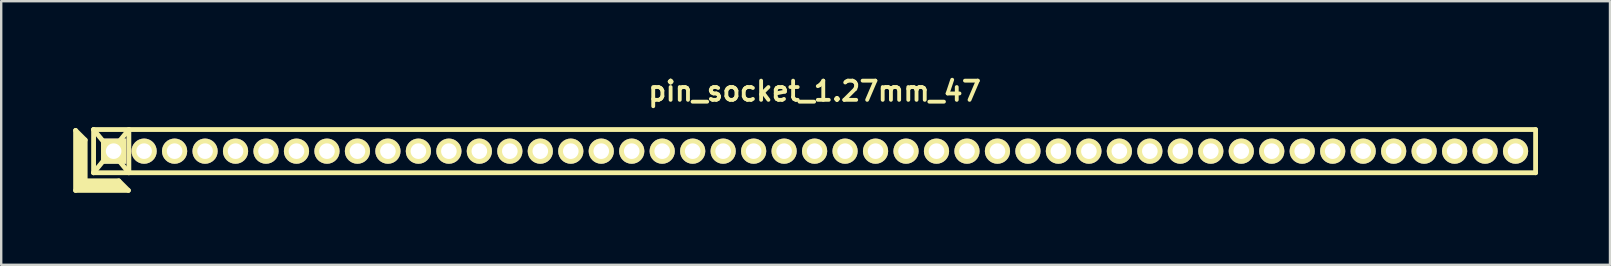
<source format=kicad_pcb>
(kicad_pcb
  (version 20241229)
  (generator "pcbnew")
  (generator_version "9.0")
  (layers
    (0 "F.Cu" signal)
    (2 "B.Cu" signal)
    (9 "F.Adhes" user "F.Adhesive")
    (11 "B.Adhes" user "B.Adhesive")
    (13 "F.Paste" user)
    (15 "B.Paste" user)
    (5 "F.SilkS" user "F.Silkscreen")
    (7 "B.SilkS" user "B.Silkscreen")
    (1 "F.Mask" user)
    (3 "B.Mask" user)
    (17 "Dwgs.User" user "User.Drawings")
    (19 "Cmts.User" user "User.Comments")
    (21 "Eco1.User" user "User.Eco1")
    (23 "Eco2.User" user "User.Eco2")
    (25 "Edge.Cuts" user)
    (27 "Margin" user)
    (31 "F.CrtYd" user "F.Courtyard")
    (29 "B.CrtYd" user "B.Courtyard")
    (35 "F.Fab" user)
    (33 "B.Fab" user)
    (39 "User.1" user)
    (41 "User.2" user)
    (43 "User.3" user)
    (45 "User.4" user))
  (footprint "pin_socket_1.27mm_47"
    (layer "F.Cu")
    (at 30.895 3.249)
    (property "Reference" "pin_socket_1.27mm_47" (at 0 -2.5 0) (layer "F.SilkS") (effects (font (size 0.8 0.8) (thickness 0.16))))
    (attr through_hole)
    (fp_line (start -30.795 -0.864) (end -30.795 1.636) (stroke (width 0.2) (type solid)) (layer "F.SilkS"))
    (fp_line (start -30.795 -0.864) (end -30.395 -0.464) (stroke (width 0.2) (type solid)) (layer "F.SilkS"))
    (fp_line (start -30.795 1.636) (end -28.595 1.636) (stroke (width 0.2) (type solid)) (layer "F.SilkS"))
    (fp_line (start -30.695 1.536) (end -30.695 -0.664) (stroke (width 0.2) (type solid)) (layer "F.SilkS"))
    (fp_line (start -30.695 1.536) (end -28.795 1.536) (stroke (width 0.2) (type solid)) (layer "F.SilkS"))
    (fp_line (start -30.595 1.436) (end -30.595 -0.564) (stroke (width 0.2) (type solid)) (layer "F.SilkS"))
    (fp_line (start -30.595 1.436) (end -28.895 1.436) (stroke (width 0.2) (type solid)) (layer "F.SilkS"))
    (fp_line (start -30.495 1.336) (end -30.495 -0.464) (stroke (width 0.2) (type solid)) (layer "F.SilkS"))
    (fp_line (start -30.495 1.336) (end -28.995 1.336) (stroke (width 0.2) (type solid)) (layer "F.SilkS"))
    (fp_line (start -30.395 1.236) (end -30.395 -0.464) (stroke (width 0.2) (type solid)) (layer "F.SilkS"))
    (fp_line (start -30.395 1.236) (end -28.995 1.236) (stroke (width 0.2) (type solid)) (layer "F.SilkS"))
    (fp_line (start -30.045 -0.9) (end -28.575 0.9) (stroke (width 0.2) (type solid)) (layer "F.SilkS"))
    (fp_line (start -30.045 -0.9) (end 30.045 -0.9) (stroke (width 0.2) (type solid)) (layer "F.SilkS"))
    (fp_line (start -30.045 0.9) (end -30.045 -0.9) (stroke (width 0.2) (type solid)) (layer "F.SilkS"))
    (fp_line (start -30.045 0.9) (end -28.575 -0.9) (stroke (width 0.2) (type solid)) (layer "F.SilkS"))
    (fp_line (start -28.995 1.236) (end -28.595 1.636) (stroke (width 0.2) (type solid)) (layer "F.SilkS"))
    (fp_line (start -28.575 -0.9) (end -28.575 0.9) (stroke (width 0.2) (type solid)) (layer "F.SilkS"))
    (fp_line (start 30.045 -0.9) (end 30.045 0.9) (stroke (width 0.2) (type solid)) (layer "F.SilkS"))
    (fp_line (start 30.045 0.9) (end -30.045 0.9) (stroke (width 0.2) (type solid)) (layer "F.SilkS"))
    (pad "1" thru_hole rect (at -29.21 0) (size 1.05 1.05) (drill 0.65) (layers "*.Cu" "*.Mask" "F.SilkS"))
    (pad "2" thru_hole oval (at -27.94 0) (size 1.05 1.05) (drill 0.65) (layers "*.Cu" "*.Mask" "F.SilkS"))
    (pad "3" thru_hole oval (at -26.67 0) (size 1.05 1.05) (drill 0.65) (layers "*.Cu" "*.Mask" "F.SilkS"))
    (pad "4" thru_hole oval (at -25.4 0) (size 1.05 1.05) (drill 0.65) (layers "*.Cu" "*.Mask" "F.SilkS"))
    (pad "5" thru_hole oval (at -24.13 0) (size 1.05 1.05) (drill 0.65) (layers "*.Cu" "*.Mask" "F.SilkS"))
    (pad "6" thru_hole oval (at -22.86 0) (size 1.05 1.05) (drill 0.65) (layers "*.Cu" "*.Mask" "F.SilkS"))
    (pad "7" thru_hole oval (at -21.59 0) (size 1.05 1.05) (drill 0.65) (layers "*.Cu" "*.Mask" "F.SilkS"))
    (pad "8" thru_hole oval (at -20.32 0) (size 1.05 1.05) (drill 0.65) (layers "*.Cu" "*.Mask" "F.SilkS"))
    (pad "9" thru_hole oval (at -19.05 0) (size 1.05 1.05) (drill 0.65) (layers "*.Cu" "*.Mask" "F.SilkS"))
    (pad "10" thru_hole oval (at -17.78 0) (size 1.05 1.05) (drill 0.65) (layers "*.Cu" "*.Mask" "F.SilkS"))
    (pad "11" thru_hole oval (at -16.51 0) (size 1.05 1.05) (drill 0.65) (layers "*.Cu" "*.Mask" "F.SilkS"))
    (pad "12" thru_hole oval (at -15.24 0) (size 1.05 1.05) (drill 0.65) (layers "*.Cu" "*.Mask" "F.SilkS"))
    (pad "13" thru_hole oval (at -13.97 0) (size 1.05 1.05) (drill 0.65) (layers "*.Cu" "*.Mask" "F.SilkS"))
    (pad "14" thru_hole oval (at -12.7 0) (size 1.05 1.05) (drill 0.65) (layers "*.Cu" "*.Mask" "F.SilkS"))
    (pad "15" thru_hole oval (at -11.43 0) (size 1.05 1.05) (drill 0.65) (layers "*.Cu" "*.Mask" "F.SilkS"))
    (pad "16" thru_hole oval (at -10.16 0) (size 1.05 1.05) (drill 0.65) (layers "*.Cu" "*.Mask" "F.SilkS"))
    (pad "17" thru_hole oval (at -8.89 0) (size 1.05 1.05) (drill 0.65) (layers "*.Cu" "*.Mask" "F.SilkS"))
    (pad "18" thru_hole oval (at -7.62 0) (size 1.05 1.05) (drill 0.65) (layers "*.Cu" "*.Mask" "F.SilkS"))
    (pad "19" thru_hole oval (at -6.35 0) (size 1.05 1.05) (drill 0.65) (layers "*.Cu" "*.Mask" "F.SilkS"))
    (pad "20" thru_hole oval (at -5.08 0) (size 1.05 1.05) (drill 0.65) (layers "*.Cu" "*.Mask" "F.SilkS"))
    (pad "21" thru_hole oval (at -3.81 0) (size 1.05 1.05) (drill 0.65) (layers "*.Cu" "*.Mask" "F.SilkS"))
    (pad "22" thru_hole oval (at -2.54 0) (size 1.05 1.05) (drill 0.65) (layers "*.Cu" "*.Mask" "F.SilkS"))
    (pad "23" thru_hole oval (at -1.27 0) (size 1.05 1.05) (drill 0.65) (layers "*.Cu" "*.Mask" "F.SilkS"))
    (pad "24" thru_hole oval (at 0 0) (size 1.05 1.05) (drill 0.65) (layers "*.Cu" "*.Mask" "F.SilkS"))
    (pad "25" thru_hole oval (at 1.27 0) (size 1.05 1.05) (drill 0.65) (layers "*.Cu" "*.Mask" "F.SilkS"))
    (pad "26" thru_hole oval (at 2.54 0) (size 1.05 1.05) (drill 0.65) (layers "*.Cu" "*.Mask" "F.SilkS"))
    (pad "27" thru_hole oval (at 3.81 0) (size 1.05 1.05) (drill 0.65) (layers "*.Cu" "*.Mask" "F.SilkS"))
    (pad "28" thru_hole oval (at 5.08 0) (size 1.05 1.05) (drill 0.65) (layers "*.Cu" "*.Mask" "F.SilkS"))
    (pad "29" thru_hole oval (at 6.35 0) (size 1.05 1.05) (drill 0.65) (layers "*.Cu" "*.Mask" "F.SilkS"))
    (pad "30" thru_hole oval (at 7.62 0) (size 1.05 1.05) (drill 0.65) (layers "*.Cu" "*.Mask" "F.SilkS"))
    (pad "31" thru_hole oval (at 8.89 0) (size 1.05 1.05) (drill 0.65) (layers "*.Cu" "*.Mask" "F.SilkS"))
    (pad "32" thru_hole oval (at 10.16 0) (size 1.05 1.05) (drill 0.65) (layers "*.Cu" "*.Mask" "F.SilkS"))
    (pad "33" thru_hole oval (at 11.43 0) (size 1.05 1.05) (drill 0.65) (layers "*.Cu" "*.Mask" "F.SilkS"))
    (pad "34" thru_hole oval (at 12.7 0) (size 1.05 1.05) (drill 0.65) (layers "*.Cu" "*.Mask" "F.SilkS"))
    (pad "35" thru_hole oval (at 13.97 0) (size 1.05 1.05) (drill 0.65) (layers "*.Cu" "*.Mask" "F.SilkS"))
    (pad "36" thru_hole oval (at 15.24 0) (size 1.05 1.05) (drill 0.65) (layers "*.Cu" "*.Mask" "F.SilkS"))
    (pad "37" thru_hole oval (at 16.51 0) (size 1.05 1.05) (drill 0.65) (layers "*.Cu" "*.Mask" "F.SilkS"))
    (pad "38" thru_hole oval (at 17.78 0) (size 1.05 1.05) (drill 0.65) (layers "*.Cu" "*.Mask" "F.SilkS"))
    (pad "39" thru_hole oval (at 19.05 0) (size 1.05 1.05) (drill 0.65) (layers "*.Cu" "*.Mask" "F.SilkS"))
    (pad "40" thru_hole oval (at 20.32 0) (size 1.05 1.05) (drill 0.65) (layers "*.Cu" "*.Mask" "F.SilkS"))
    (pad "41" thru_hole oval (at 21.59 0) (size 1.05 1.05) (drill 0.65) (layers "*.Cu" "*.Mask" "F.SilkS"))
    (pad "42" thru_hole oval (at 22.86 0) (size 1.05 1.05) (drill 0.65) (layers "*.Cu" "*.Mask" "F.SilkS"))
    (pad "43" thru_hole oval (at 24.13 0) (size 1.05 1.05) (drill 0.65) (layers "*.Cu" "*.Mask" "F.SilkS"))
    (pad "44" thru_hole oval (at 25.4 0) (size 1.05 1.05) (drill 0.65) (layers "*.Cu" "*.Mask" "F.SilkS"))
    (pad "45" thru_hole oval (at 26.67 0) (size 1.05 1.05) (drill 0.65) (layers "*.Cu" "*.Mask" "F.SilkS"))
    (pad "46" thru_hole oval (at 27.94 0) (size 1.05 1.05) (drill 0.65) (layers "*.Cu" "*.Mask" "F.SilkS"))
    (pad "47" thru_hole oval (at 29.21 0) (size 1.05 1.05) (drill 0.65) (layers "*.Cu" "*.Mask" "F.SilkS")))
  (gr_rect
    (start -3 -3)
    (end 64.04 7.985)
    (stroke (width 0.1) (type default))
    (fill no)
    (layer "Edge.Cuts")))
</source>
